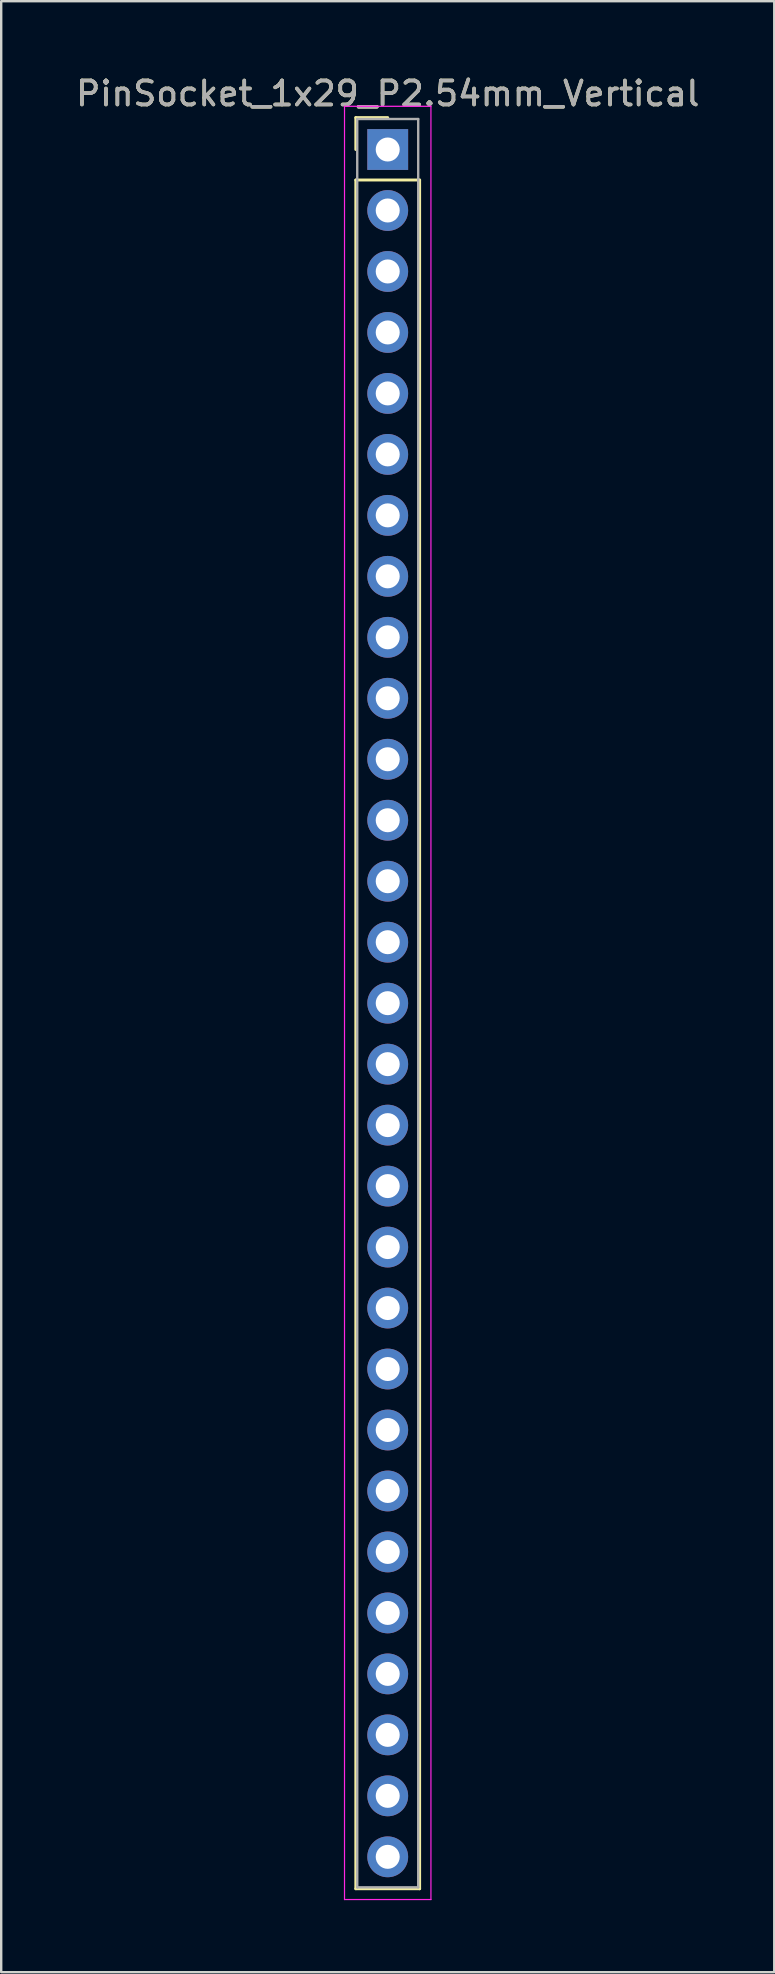
<source format=kicad_pcb>
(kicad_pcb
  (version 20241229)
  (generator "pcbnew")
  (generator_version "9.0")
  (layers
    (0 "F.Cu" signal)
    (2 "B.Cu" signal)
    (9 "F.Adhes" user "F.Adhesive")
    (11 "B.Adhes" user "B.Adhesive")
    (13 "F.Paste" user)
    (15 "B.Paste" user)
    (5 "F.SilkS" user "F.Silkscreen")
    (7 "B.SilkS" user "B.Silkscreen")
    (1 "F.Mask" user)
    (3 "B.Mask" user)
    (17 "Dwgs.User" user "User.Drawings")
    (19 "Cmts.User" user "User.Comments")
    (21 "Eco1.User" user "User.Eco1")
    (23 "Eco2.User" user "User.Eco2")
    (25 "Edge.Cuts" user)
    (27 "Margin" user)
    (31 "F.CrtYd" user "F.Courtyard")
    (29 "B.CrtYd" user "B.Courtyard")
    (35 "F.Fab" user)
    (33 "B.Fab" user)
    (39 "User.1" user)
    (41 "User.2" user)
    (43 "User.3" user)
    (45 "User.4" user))
  (footprint "PinSocket_1x29_P2.54mm_Vertical"
    (layer "F.Cu")
    (at 13.101 3.178)
    (property "Reference" "PinSocket_1x29_P2.54mm_Vertical" (at 0 -2.33 0) (layer "F.SilkS") (effects (font (size 1 1) (thickness 0.15))))
    (attr through_hole)
    (fp_line (start -1.33 -1.33) (end 0 -1.33) (stroke (width 0.12) (type solid)) (layer "F.SilkS"))
    (fp_line (start -1.33 0) (end -1.33 -1.33) (stroke (width 0.12) (type solid)) (layer "F.SilkS"))
    (fp_line (start -1.33 1.27) (end -1.33 72.45) (stroke (width 0.12) (type solid)) (layer "F.SilkS"))
    (fp_line (start -1.33 72.45) (end 1.33 72.45) (stroke (width 0.12) (type solid)) (layer "F.SilkS"))
    (fp_line (start 1.33 1.27) (end -1.33 1.27) (stroke (width 0.12) (type solid)) (layer "F.SilkS"))
    (fp_line (start 1.33 72.45) (end 1.33 1.27) (stroke (width 0.12) (type solid)) (layer "F.SilkS"))
    (fp_line (start -1.8 -1.8) (end -1.8 72.9) (stroke (width 0.05) (type solid)) (layer "F.CrtYd"))
    (fp_line (start -1.8 72.9) (end 1.8 72.9) (stroke (width 0.05) (type solid)) (layer "F.CrtYd"))
    (fp_line (start 1.8 -1.8) (end -1.8 -1.8) (stroke (width 0.05) (type solid)) (layer "F.CrtYd"))
    (fp_line (start 1.8 72.9) (end 1.8 -1.8) (stroke (width 0.05) (type solid)) (layer "F.CrtYd"))
    (fp_line (start -1.27 -1.27) (end -1.27 72.39) (stroke (width 0.1) (type solid)) (layer "F.Fab"))
    (fp_line (start -1.27 72.39) (end 1.27 72.39) (stroke (width 0.1) (type solid)) (layer "F.Fab"))
    (fp_line (start 1.27 -1.27) (end -1.27 -1.27) (stroke (width 0.1) (type solid)) (layer "F.Fab"))
    (fp_line (start 1.27 72.39) (end 1.27 -1.27) (stroke (width 0.1) (type solid)) (layer "F.Fab"))
    (fp_text user "${REFERENCE}" (at 0 -2.33 0) (layer "F.Fab") (effects (font (size 1 1) (thickness 0.15))))
    (pad "1" thru_hole rect (at 0 0) (size 1.7 1.7) (drill 1) (layers "*.Cu" "*.Mask"))
    (pad "2" thru_hole oval (at 0 2.54) (size 1.7 1.7) (drill 1) (layers "*.Cu" "*.Mask"))
    (pad "3" thru_hole oval (at 0 5.08) (size 1.7 1.7) (drill 1) (layers "*.Cu" "*.Mask"))
    (pad "4" thru_hole oval (at 0 7.62) (size 1.7 1.7) (drill 1) (layers "*.Cu" "*.Mask"))
    (pad "5" thru_hole oval (at 0 10.16) (size 1.7 1.7) (drill 1) (layers "*.Cu" "*.Mask"))
    (pad "6" thru_hole oval (at 0 12.7) (size 1.7 1.7) (drill 1) (layers "*.Cu" "*.Mask"))
    (pad "7" thru_hole oval (at 0 15.24) (size 1.7 1.7) (drill 1) (layers "*.Cu" "*.Mask"))
    (pad "8" thru_hole oval (at 0 17.78) (size 1.7 1.7) (drill 1) (layers "*.Cu" "*.Mask"))
    (pad "9" thru_hole oval (at 0 20.32) (size 1.7 1.7) (drill 1) (layers "*.Cu" "*.Mask"))
    (pad "10" thru_hole oval (at 0 22.86) (size 1.7 1.7) (drill 1) (layers "*.Cu" "*.Mask"))
    (pad "11" thru_hole oval (at 0 25.4) (size 1.7 1.7) (drill 1) (layers "*.Cu" "*.Mask"))
    (pad "12" thru_hole oval (at 0 27.94) (size 1.7 1.7) (drill 1) (layers "*.Cu" "*.Mask"))
    (pad "13" thru_hole oval (at 0 30.48) (size 1.7 1.7) (drill 1) (layers "*.Cu" "*.Mask"))
    (pad "14" thru_hole oval (at 0 33.02) (size 1.7 1.7) (drill 1) (layers "*.Cu" "*.Mask"))
    (pad "15" thru_hole oval (at 0 35.56) (size 1.7 1.7) (drill 1) (layers "*.Cu" "*.Mask"))
    (pad "16" thru_hole oval (at 0 38.1) (size 1.7 1.7) (drill 1) (layers "*.Cu" "*.Mask"))
    (pad "17" thru_hole oval (at 0 40.64) (size 1.7 1.7) (drill 1) (layers "*.Cu" "*.Mask"))
    (pad "18" thru_hole oval (at 0 43.18) (size 1.7 1.7) (drill 1) (layers "*.Cu" "*.Mask"))
    (pad "19" thru_hole oval (at 0 45.72) (size 1.7 1.7) (drill 1) (layers "*.Cu" "*.Mask"))
    (pad "20" thru_hole oval (at 0 48.26) (size 1.7 1.7) (drill 1) (layers "*.Cu" "*.Mask"))
    (pad "21" thru_hole oval (at 0 50.8) (size 1.7 1.7) (drill 1) (layers "*.Cu" "*.Mask"))
    (pad "22" thru_hole oval (at 0 53.34) (size 1.7 1.7) (drill 1) (layers "*.Cu" "*.Mask"))
    (pad "23" thru_hole oval (at 0 55.88) (size 1.7 1.7) (drill 1) (layers "*.Cu" "*.Mask"))
    (pad "24" thru_hole oval (at 0 58.42) (size 1.7 1.7) (drill 1) (layers "*.Cu" "*.Mask"))
    (pad "25" thru_hole oval (at 0 60.96) (size 1.7 1.7) (drill 1) (layers "*.Cu" "*.Mask"))
    (pad "26" thru_hole oval (at 0 63.5) (size 1.7 1.7) (drill 1) (layers "*.Cu" "*.Mask"))
    (pad "27" thru_hole oval (at 0 66.04) (size 1.7 1.7) (drill 1) (layers "*.Cu" "*.Mask"))
    (pad "28" thru_hole oval (at 0 68.58) (size 1.7 1.7) (drill 1) (layers "*.Cu" "*.Mask"))
    (pad "29" thru_hole oval (at 0 71.12) (size 1.7 1.7) (drill 1) (layers "*.Cu" "*.Mask")))
  (gr_rect
    (start -3 -3)
    (end 29.202 79.103)
    (stroke (width 0.1) (type default))
    (fill no)
    (layer "Edge.Cuts")))
</source>
